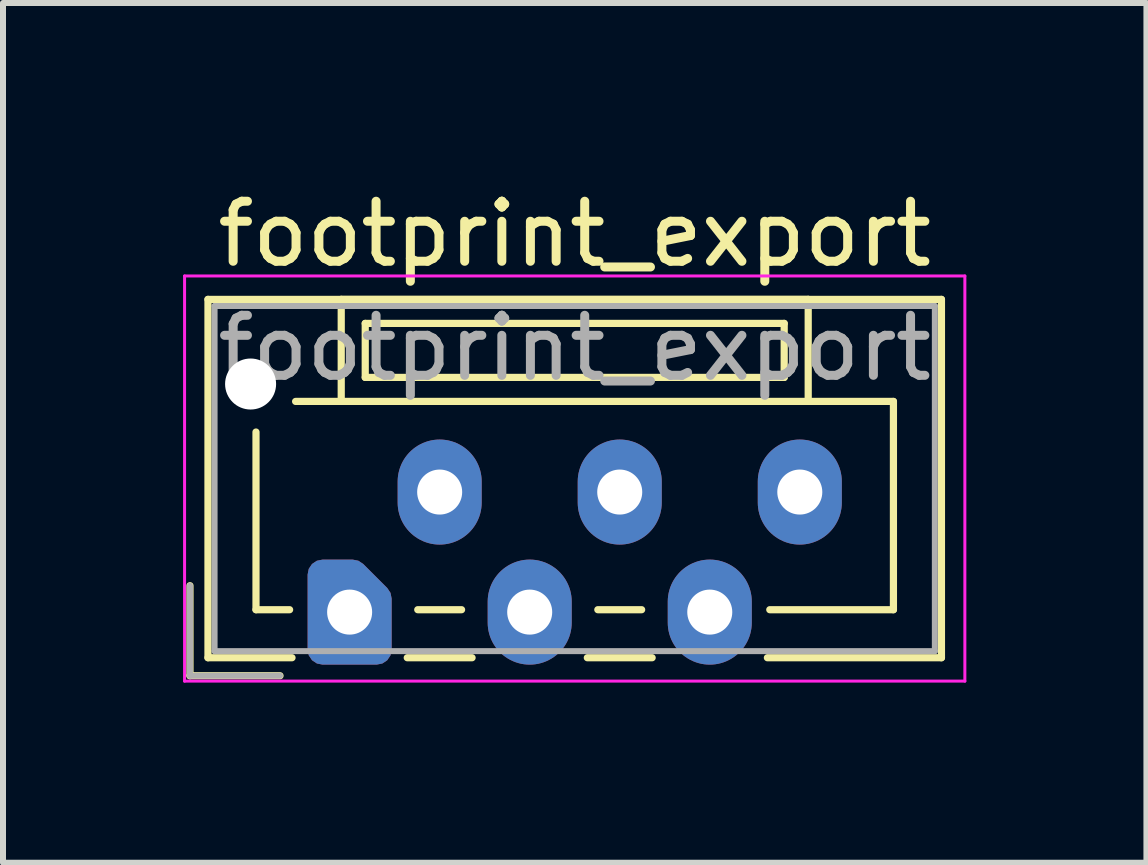
<source format=kicad_pcb>
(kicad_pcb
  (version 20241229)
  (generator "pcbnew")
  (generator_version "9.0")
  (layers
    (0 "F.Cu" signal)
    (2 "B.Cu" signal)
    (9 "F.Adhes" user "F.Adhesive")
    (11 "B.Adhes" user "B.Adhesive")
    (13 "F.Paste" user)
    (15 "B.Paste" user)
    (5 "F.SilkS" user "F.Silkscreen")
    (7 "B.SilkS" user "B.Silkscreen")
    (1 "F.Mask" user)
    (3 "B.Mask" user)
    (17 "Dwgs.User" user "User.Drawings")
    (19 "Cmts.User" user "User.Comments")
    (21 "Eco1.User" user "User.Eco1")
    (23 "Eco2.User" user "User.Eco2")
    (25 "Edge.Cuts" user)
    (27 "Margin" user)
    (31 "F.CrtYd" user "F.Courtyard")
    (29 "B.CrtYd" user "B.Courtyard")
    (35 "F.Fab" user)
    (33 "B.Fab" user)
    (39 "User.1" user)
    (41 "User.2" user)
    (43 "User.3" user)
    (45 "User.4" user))
  (footprint "footprint_export"
    (layer "F.Cu")
    (at 2.775 7.148)
    (property "Reference" "footprint_export" (at 3.75 -6.3 0) (layer "F.SilkS") (effects (font (size 1 1) (thickness 0.15))))
    (attr through_hole)
    (fp_line (start -2.66 -0.44) (end -2.66 1.06) (stroke (width 0.12) (type solid)) (layer "F.SilkS"))
    (fp_line (start -2.66 1.06) (end -1.16 1.06) (stroke (width 0.12) (type solid)) (layer "F.SilkS"))
    (fp_line (start -2.36 -5.21) (end 9.86 -5.21) (stroke (width 0.12) (type solid)) (layer "F.SilkS"))
    (fp_line (start -2.36 0.76) (end -2.36 -5.21) (stroke (width 0.12) (type solid)) (layer "F.SilkS"))
    (fp_line (start -1.56 -3) (end -1.56 -0.04) (stroke (width 0.12) (type solid)) (layer "F.SilkS"))
    (fp_line (start -1.56 -0.04) (end -1 -0.04) (stroke (width 0.12) (type solid)) (layer "F.SilkS"))
    (fp_line (start -0.96 0.76) (end -2.36 0.76) (stroke (width 0.12) (type solid)) (layer "F.SilkS"))
    (fp_line (start -0.14 -5.21) (end -0.14 -3.51) (stroke (width 0.12) (type solid)) (layer "F.SilkS"))
    (fp_line (start -0.14 -3.51) (end -0.9 -3.51) (stroke (width 0.12) (type solid)) (layer "F.SilkS"))
    (fp_line (start -0.14 -3.51) (end 7.64 -3.51) (stroke (width 0.12) (type solid)) (layer "F.SilkS"))
    (fp_line (start 0.26 -4.81) (end 0.26 -3.91) (stroke (width 0.12) (type solid)) (layer "F.SilkS"))
    (fp_line (start 0.26 -3.91) (end 7.24 -3.91) (stroke (width 0.12) (type solid)) (layer "F.SilkS"))
    (fp_line (start 0.96 0.76) (end 2.04 0.76) (stroke (width 0.12) (type solid)) (layer "F.SilkS"))
    (fp_line (start 1.135 -0.04) (end 1.865 -0.04) (stroke (width 0.12) (type solid)) (layer "F.SilkS"))
    (fp_line (start 3.96 0.76) (end 5.04 0.76) (stroke (width 0.12) (type solid)) (layer "F.SilkS"))
    (fp_line (start 4.135 -0.04) (end 4.865 -0.04) (stroke (width 0.12) (type solid)) (layer "F.SilkS"))
    (fp_line (start 7.24 -4.81) (end 0.26 -4.81) (stroke (width 0.12) (type solid)) (layer "F.SilkS"))
    (fp_line (start 7.24 -3.91) (end 7.24 -4.81) (stroke (width 0.12) (type solid)) (layer "F.SilkS"))
    (fp_line (start 7.64 -5.21) (end -0.14 -5.21) (stroke (width 0.12) (type solid)) (layer "F.SilkS"))
    (fp_line (start 7.64 -3.51) (end 7.64 -5.21) (stroke (width 0.12) (type solid)) (layer "F.SilkS"))
    (fp_line (start 7.64 -3.51) (end 9.06 -3.51) (stroke (width 0.12) (type solid)) (layer "F.SilkS"))
    (fp_line (start 9.06 -3.51) (end 9.06 -0.04) (stroke (width 0.12) (type solid)) (layer "F.SilkS"))
    (fp_line (start 9.06 -0.04) (end 7 -0.04) (stroke (width 0.12) (type solid)) (layer "F.SilkS"))
    (fp_line (start 9.86 -5.21) (end 9.86 0.76) (stroke (width 0.12) (type solid)) (layer "F.SilkS"))
    (fp_line (start 9.86 0.76) (end 6.96 0.76) (stroke (width 0.12) (type solid)) (layer "F.SilkS"))
    (fp_line (start -2.75 -5.6) (end -2.75 1.15) (stroke (width 0.05) (type solid)) (layer "F.CrtYd"))
    (fp_line (start -2.75 1.15) (end 10.25 1.15) (stroke (width 0.05) (type solid)) (layer "F.CrtYd"))
    (fp_line (start 10.25 -5.6) (end -2.75 -5.6) (stroke (width 0.05) (type solid)) (layer "F.CrtYd"))
    (fp_line (start 10.25 1.15) (end 10.25 -5.6) (stroke (width 0.05) (type solid)) (layer "F.CrtYd"))
    (fp_line (start -2.66 -0.44) (end -2.66 1.06) (stroke (width 0.1) (type solid)) (layer "F.Fab"))
    (fp_line (start -2.66 1.06) (end -1.16 1.06) (stroke (width 0.1) (type solid)) (layer "F.Fab"))
    (fp_line (start -2.25 -5.1) (end -2.25 0.65) (stroke (width 0.1) (type solid)) (layer "F.Fab"))
    (fp_line (start -2.25 0.65) (end 9.75 0.65) (stroke (width 0.1) (type solid)) (layer "F.Fab"))
    (fp_line (start 9.75 -5.1) (end -2.25 -5.1) (stroke (width 0.1) (type solid)) (layer "F.Fab"))
    (fp_line (start 9.75 0.65) (end 9.75 -5.1) (stroke (width 0.1) (type solid)) (layer "F.Fab"))
    (fp_text user "${REFERENCE}" (at 3.75 -4.4 0) (layer "F.Fab") (effects (font (size 1 1) (thickness 0.15))))
    (pad "" np_thru_hole circle (at -1.65 -3.8) (size 0.85 0.85) (drill 0.85) (layers "*.Cu" "*.Mask"))
    (pad "1" thru_hole custom (at 0 0) (size 1.117 1.117) (drill 0.75) (layers "*.Cu" "*.Mask") (options (anchor circle)) (primitives (gr_poly (pts (xy 0.45 -0.225) (xy 0.45 0.625) (xy -0.45 0.625) (xy -0.45 -0.625) (xy 0.05 -0.625)) (width 0.5) (fill yes))))
    (pad "2" thru_hole oval (at 1.5 -2) (size 1.4 1.75) (drill 0.75) (layers "*.Cu" "*.Mask"))
    (pad "3" thru_hole oval (at 3 0) (size 1.4 1.75) (drill 0.75) (layers "*.Cu" "*.Mask"))
    (pad "4" thru_hole oval (at 4.5 -2) (size 1.4 1.75) (drill 0.75) (layers "*.Cu" "*.Mask"))
    (pad "5" thru_hole oval (at 6 0) (size 1.4 1.75) (drill 0.75) (layers "*.Cu" "*.Mask"))
    (pad "6" thru_hole oval (at 7.5 -2) (size 1.4 1.75) (drill 0.75) (layers "*.Cu" "*.Mask")))
  (gr_rect
    (start -3 -3)
    (end 16.05 11.323)
    (stroke (width 0.1) (type default))
    (fill no)
    (layer "Edge.Cuts")))
</source>
